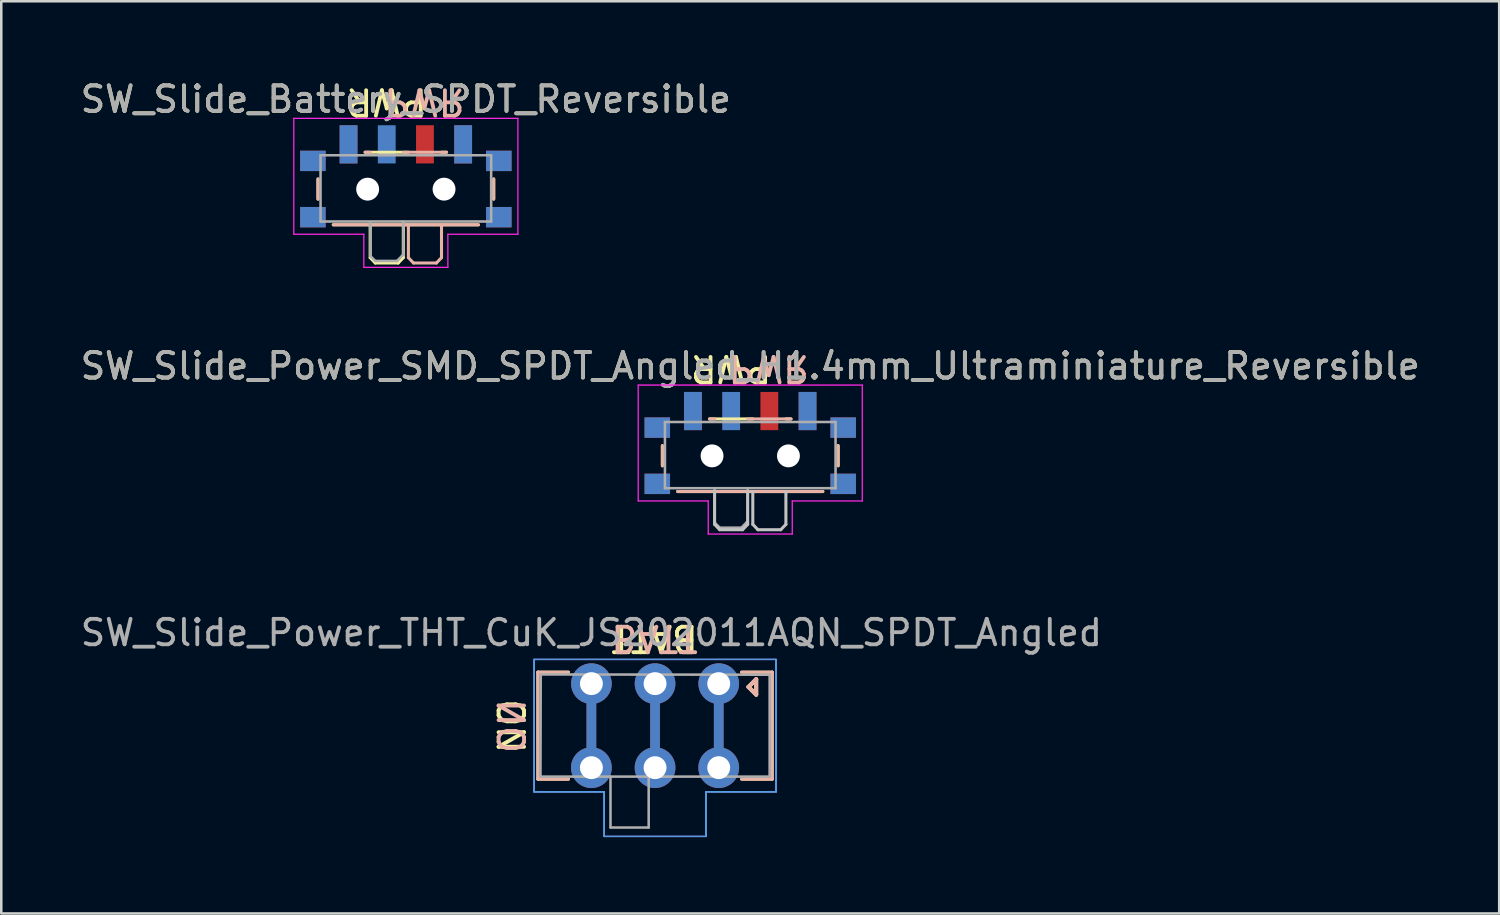
<source format=kicad_pcb>
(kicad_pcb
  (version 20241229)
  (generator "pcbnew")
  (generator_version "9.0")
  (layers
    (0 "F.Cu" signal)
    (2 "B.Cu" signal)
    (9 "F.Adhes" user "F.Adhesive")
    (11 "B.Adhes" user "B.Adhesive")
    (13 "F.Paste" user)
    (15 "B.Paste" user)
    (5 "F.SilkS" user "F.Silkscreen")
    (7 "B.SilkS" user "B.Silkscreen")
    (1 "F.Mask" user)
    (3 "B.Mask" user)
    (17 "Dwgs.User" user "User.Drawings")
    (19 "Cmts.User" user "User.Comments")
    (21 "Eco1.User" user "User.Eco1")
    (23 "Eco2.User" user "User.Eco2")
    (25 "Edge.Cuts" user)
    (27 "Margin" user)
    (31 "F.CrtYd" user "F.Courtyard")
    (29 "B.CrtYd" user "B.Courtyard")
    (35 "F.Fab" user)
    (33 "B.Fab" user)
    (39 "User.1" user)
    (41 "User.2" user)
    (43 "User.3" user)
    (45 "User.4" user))
  (footprint "SW_Slide_Power_THT_CuK_JS202011AQN_SPDT_Angled"
    (layer "F.Cu")
    (at 20.173 23.795)
    (property "Reference" "SW_Slide_Power_THT_CuK_JS202011AQN_SPDT_Angled" (at 0 -2 0) (layer "F.Fab") (effects (font (size 1 1) (thickness 0.15))))
    (attr through_hole)
    (fp_line (start -2.1 -0.45) (end -2.1 3.75) (stroke (width 0.12) (type solid)) (layer "F.SilkS"))
    (fp_line (start -2.1 3.75) (end -0.9 3.75) (stroke (width 0.12) (type solid)) (layer "F.SilkS"))
    (fp_line (start -0.9 -0.45) (end -2.1 -0.45) (stroke (width 0.12) (type solid)) (layer "F.SilkS"))
    (fp_line (start 5.9 -0.45) (end 7.1 -0.45) (stroke (width 0.12) (type solid)) (layer "F.SilkS"))
    (fp_line (start 6.17 0.13) (end 6.47 -0.17) (stroke (width 0.16) (type solid)) (layer "F.SilkS"))
    (fp_line (start 6.47 -0.17) (end 6.47 0.43) (stroke (width 0.16) (type solid)) (layer "F.SilkS"))
    (fp_line (start 6.47 0.43) (end 6.17 0.13) (stroke (width 0.16) (type solid)) (layer "F.SilkS"))
    (fp_line (start 7.1 -0.45) (end 7.1 3.75) (stroke (width 0.12) (type solid)) (layer "F.SilkS"))
    (fp_line (start 7.1 3.75) (end 5.9 3.75) (stroke (width 0.12) (type solid)) (layer "F.SilkS"))
    (fp_line (start -2.1 -0.45) (end -2.1 3.75) (stroke (width 0.12) (type solid)) (layer "B.SilkS"))
    (fp_line (start -2.1 3.75) (end -0.9 3.75) (stroke (width 0.12) (type solid)) (layer "B.SilkS"))
    (fp_line (start -0.9 -0.45) (end -2.1 -0.45) (stroke (width 0.12) (type solid)) (layer "B.SilkS"))
    (fp_line (start 5.9 -0.45) (end 7.1 -0.45) (stroke (width 0.12) (type solid)) (layer "B.SilkS"))
    (fp_line (start 6.17 0.13) (end 6.47 0.43) (stroke (width 0.16) (type solid)) (layer "B.SilkS"))
    (fp_line (start 6.47 -0.17) (end 6.17 0.13) (stroke (width 0.16) (type solid)) (layer "B.SilkS"))
    (fp_line (start 6.47 0.43) (end 6.47 -0.17) (stroke (width 0.16) (type solid)) (layer "B.SilkS"))
    (fp_line (start 7.1 -0.45) (end 7.1 3.75) (stroke (width 0.12) (type solid)) (layer "B.SilkS"))
    (fp_line (start 7.1 3.75) (end 5.9 3.75) (stroke (width 0.12) (type solid)) (layer "B.SilkS"))
    (fp_line (start -2.25 -0.95) (end 7.25 -0.95) (stroke (width 0.05) (type solid)) (layer "Cmts.User"))
    (fp_line (start -2.25 4.25) (end -2.25 -0.95) (stroke (width 0.05) (type solid)) (layer "Cmts.User"))
    (fp_line (start 0.5 4.25) (end -2.25 4.25) (stroke (width 0.05) (type solid)) (layer "Cmts.User"))
    (fp_line (start 0.5 4.25) (end 0.5 6) (stroke (width 0.05) (type solid)) (layer "Cmts.User"))
    (fp_line (start 4.5 6) (end 0.5 6) (stroke (width 0.05) (type solid)) (layer "Cmts.User"))
    (fp_line (start 4.5 6) (end 4.5 4.25) (stroke (width 0.05) (type solid)) (layer "Cmts.User"))
    (fp_line (start 7.25 -0.95) (end 7.25 4.25) (stroke (width 0.05) (type solid)) (layer "Cmts.User"))
    (fp_line (start 7.25 4.25) (end 4.5 4.25) (stroke (width 0.05) (type solid)) (layer "Cmts.User"))
    (fp_line (start -2.25 -0.95) (end -2.25 4.25) (stroke (width 0.05) (type solid)) (layer "B.CrtYd"))
    (fp_line (start -2.25 4.25) (end 0.5 4.25) (stroke (width 0.05) (type solid)) (layer "B.CrtYd"))
    (fp_line (start 0.5 6) (end 0.5 4.25) (stroke (width 0.05) (type solid)) (layer "B.CrtYd"))
    (fp_line (start 0.5 6) (end 4.5 6) (stroke (width 0.05) (type solid)) (layer "B.CrtYd"))
    (fp_line (start 4.5 4.25) (end 4.5 6) (stroke (width 0.05) (type solid)) (layer "B.CrtYd"))
    (fp_line (start 4.5 4.25) (end 7.25 4.25) (stroke (width 0.05) (type solid)) (layer "B.CrtYd"))
    (fp_line (start 7.25 -0.95) (end -2.25 -0.95) (stroke (width 0.05) (type solid)) (layer "B.CrtYd"))
    (fp_line (start 7.25 4.25) (end 7.25 -0.95) (stroke (width 0.05) (type solid)) (layer "B.CrtYd"))
    (fp_line (start -2.25 -0.95) (end 7.25 -0.95) (stroke (width 0.05) (type solid)) (layer "F.CrtYd"))
    (fp_line (start -2.25 4.25) (end -2.25 -0.95) (stroke (width 0.05) (type solid)) (layer "F.CrtYd"))
    (fp_line (start 0.5 4.25) (end -2.25 4.25) (stroke (width 0.05) (type solid)) (layer "F.CrtYd"))
    (fp_line (start 0.5 4.25) (end 0.5 6) (stroke (width 0.05) (type solid)) (layer "F.CrtYd"))
    (fp_line (start 4.5 6) (end 0.5 6) (stroke (width 0.05) (type solid)) (layer "F.CrtYd"))
    (fp_line (start 4.5 6) (end 4.5 4.25) (stroke (width 0.05) (type solid)) (layer "F.CrtYd"))
    (fp_line (start 7.25 -0.95) (end 7.25 4.25) (stroke (width 0.05) (type solid)) (layer "F.CrtYd"))
    (fp_line (start 7.25 4.25) (end 4.5 4.25) (stroke (width 0.05) (type solid)) (layer "F.CrtYd"))
    (fp_line (start -2 3.65) (end -1.99 -0.36) (stroke (width 0.1) (type solid)) (layer "F.Fab"))
    (fp_line (start -1.99 -0.36) (end 7 -0.35) (stroke (width 0.1) (type solid)) (layer "F.Fab"))
    (fp_line (start 0.75 3.65) (end 0.75 5.65) (stroke (width 0.1) (type solid)) (layer "F.Fab"))
    (fp_line (start 0.75 5.65) (end 2.25 5.65) (stroke (width 0.1) (type solid)) (layer "F.Fab"))
    (fp_line (start 2.25 5.65) (end 2.25 3.65) (stroke (width 0.1) (type solid)) (layer "F.Fab"))
    (fp_line (start 7 -0.35) (end 7 3.65) (stroke (width 0.1) (type solid)) (layer "F.Fab"))
    (fp_line (start 7 3.65) (end -2 3.65) (stroke (width 0.1) (type solid)) (layer "F.Fab"))
    (fp_text user "ON" (at -3.19 1.67 270) (unlocked yes) (layer "F.SilkS") (effects (font (size 1 1) (thickness 0.153))))
    (fp_text user "BATT" (at 2.48 -1.78 180) (unlocked yes) (layer "F.SilkS") (effects (font (size 1 1) (thickness 0.153))))
    (fp_text user "ON" (at -3.19 1.67 270) (unlocked yes) (layer "B.SilkS") (effects (font (size 1 1) (thickness 0.153)) (justify mirror)))
    (fp_text user "BATT" (at 2.48 -1.78 180) (unlocked yes) (layer "B.SilkS") (effects (font (size 1 1) (thickness 0.153)) (justify mirror)))
    (pad "1" thru_hole custom (at 5 0 180) (size 1.6 1.6) (drill 0.9) (layers "*.Cu" "*.Mask") (options (anchor circle)) (primitives (gr_line (start 0 0) (end 0 -3.3) (width 0.381))))
    (pad "1" thru_hole circle (at 5 3.3) (size 1.6 1.6) (drill 0.9) (layers "*.Cu" "*.Mask"))
    (pad "2" thru_hole custom (at 2.5 0 180) (size 1.6 1.6) (drill 0.9) (layers "*.Cu" "*.Mask") (options (anchor circle)) (primitives (gr_line (start 0 0) (end 0 -3.3) (width 0.381))))
    (pad "2" thru_hole circle (at 2.5 3.3) (size 1.6 1.6) (drill 0.9) (layers "*.Cu" "*.Mask"))
    (pad "3" thru_hole custom (at 0 0 180) (size 1.6 1.6) (drill 0.9) (layers "*.Cu" "*.Mask") (options (anchor circle)) (primitives (gr_line (start 0 0) (end 0 -3.3) (width 0.381))))
    (pad "3" thru_hole circle (at 0 3.3) (size 1.6 1.6) (drill 0.9) (layers "*.Cu" "*.Mask")))
  (footprint "SW_Slide_Battery_SPDT_Reversible"
    (layer "F.Cu")
    (at 12.887 4.048)
    (property "Reference" "SW_Slide_Battery_SPDT_Reversible" (at 0 -3.2 0) (layer "F.SilkS") (effects (font (size 1 1) (thickness 0.15))))
    (attr smd)
    (fp_line (start -3.45 -0.07) (end -3.45 0.72) (stroke (width 0.12) (type solid)) (layer "F.SilkS"))
    (fp_line (start -2.85 1.73) (end 2.85 1.73) (stroke (width 0.12) (type solid)) (layer "F.SilkS"))
    (fp_line (start -1.6 -1.12) (end 0.1 -1.12) (stroke (width 0.12) (type solid)) (layer "F.SilkS"))
    (fp_line (start -1.4 1.73) (end -1.4 3.02) (stroke (width 0.12) (type solid)) (layer "F.SilkS"))
    (fp_line (start -1.4 3.02) (end -1.2 3.23) (stroke (width 0.12) (type solid)) (layer "F.SilkS"))
    (fp_line (start -1.2 3.23) (end -0.3 3.23) (stroke (width 0.12) (type solid)) (layer "F.SilkS"))
    (fp_line (start -0.1 3.02) (end -0.3 3.23) (stroke (width 0.12) (type solid)) (layer "F.SilkS"))
    (fp_line (start -0.1 3.02) (end -0.1 1.73) (stroke (width 0.12) (type solid)) (layer "F.SilkS"))
    (fp_line (start 1.4 -1.12) (end 1.6 -1.12) (stroke (width 0.12) (type solid)) (layer "F.SilkS"))
    (fp_line (start 3.45 0.72) (end 3.45 -0.07) (stroke (width 0.12) (type solid)) (layer "F.SilkS"))
    (fp_line (start -3.45 0.72) (end -3.45 -0.07) (stroke (width 0.12) (type solid)) (layer "B.SilkS"))
    (fp_line (start -1.4 -1.12) (end -1.6 -1.12) (stroke (width 0.12) (type solid)) (layer "B.SilkS"))
    (fp_line (start 0.1 3.02) (end 0.1 1.73) (stroke (width 0.12) (type solid)) (layer "B.SilkS"))
    (fp_line (start 0.1 3.02) (end 0.3 3.23) (stroke (width 0.12) (type solid)) (layer "B.SilkS"))
    (fp_line (start 1.2 3.23) (end 0.3 3.23) (stroke (width 0.12) (type solid)) (layer "B.SilkS"))
    (fp_line (start 1.4 1.73) (end 1.4 3.02) (stroke (width 0.12) (type solid)) (layer "B.SilkS"))
    (fp_line (start 1.4 3.02) (end 1.2 3.23) (stroke (width 0.12) (type solid)) (layer "B.SilkS"))
    (fp_line (start 1.6 -1.12) (end -0.1 -1.12) (stroke (width 0.12) (type solid)) (layer "B.SilkS"))
    (fp_line (start 2.85 1.73) (end -2.85 1.73) (stroke (width 0.12) (type solid)) (layer "B.SilkS"))
    (fp_line (start 3.45 -0.07) (end 3.45 0.72) (stroke (width 0.12) (type solid)) (layer "B.SilkS"))
    (fp_line (start -4.4 -2.45) (end 4.4 -2.45) (stroke (width 0.05) (type solid)) (layer "F.CrtYd"))
    (fp_line (start -4.4 2.1) (end -4.4 -2.45) (stroke (width 0.05) (type solid)) (layer "F.CrtYd"))
    (fp_line (start -1.65 2.1) (end -4.4 2.1) (stroke (width 0.05) (type solid)) (layer "F.CrtYd"))
    (fp_line (start -1.65 3.4) (end -1.65 2.1) (stroke (width 0.05) (type solid)) (layer "F.CrtYd"))
    (fp_line (start 1.65 2.1) (end 1.65 3.4) (stroke (width 0.05) (type solid)) (layer "F.CrtYd"))
    (fp_line (start 1.65 3.4) (end -1.65 3.4) (stroke (width 0.05) (type solid)) (layer "F.CrtYd"))
    (fp_line (start 4.4 -2.45) (end 4.4 2.1) (stroke (width 0.05) (type solid)) (layer "F.CrtYd"))
    (fp_line (start 4.4 2.1) (end 1.65 2.1) (stroke (width 0.05) (type solid)) (layer "F.CrtYd"))
    (fp_line (start -3.35 -1) (end -3.35 1.6) (stroke (width 0.1) (type solid)) (layer "F.Fab"))
    (fp_line (start -3.35 1.6) (end 3.35 1.6) (stroke (width 0.1) (type solid)) (layer "F.Fab"))
    (fp_line (start -1.4 1.65) (end -1.4 2.95) (stroke (width 0.1) (type solid)) (layer "F.Fab"))
    (fp_line (start -1.4 2.95) (end -1.2 3.15) (stroke (width 0.1) (type solid)) (layer "F.Fab"))
    (fp_line (start -1.2 3.15) (end -0.35 3.15) (stroke (width 0.1) (type solid)) (layer "F.Fab"))
    (fp_line (start -0.35 3.15) (end -0.15 2.95) (stroke (width 0.1) (type solid)) (layer "F.Fab"))
    (fp_line (start -0.15 2.95) (end -0.1 2.9) (stroke (width 0.1) (type solid)) (layer "F.Fab"))
    (fp_line (start -0.1 2.9) (end -0.1 1.6) (stroke (width 0.1) (type solid)) (layer "F.Fab"))
    (fp_line (start 3.35 -1) (end -3.35 -1) (stroke (width 0.1) (type solid)) (layer "F.Fab"))
    (fp_line (start 3.35 1.6) (end 3.35 -1) (stroke (width 0.1) (type solid)) (layer "F.Fab"))
    (fp_text user "PWR" (at -0.75 -3.1 180) (unlocked yes) (layer "F.SilkS") (effects (font (size 1 1) (thickness 0.15))))
    (fp_text user "PWR" (at 0.725 -3.1 180) (unlocked yes) (layer "B.SilkS") (effects (font (size 1 1) (thickness 0.15)) (justify mirror)))
    (fp_text user "${REFERENCE}" (at 0 -3.2 0) (layer "F.Fab") (effects (font (size 1 1) (thickness 0.15))))
    (pad "" smd rect (at -3.65 -0.78) (size 1 0.8) (layers "F.Cu" "F.Mask" "F.Paste"))
    (pad "" smd rect (at -3.65 -0.78) (size 1 0.8) (layers "B.Cu" "B.Mask" "B.Paste"))
    (pad "" smd rect (at -3.65 1.43) (size 1 0.8) (layers "F.Cu" "F.Mask" "F.Paste"))
    (pad "" smd rect (at -3.65 1.43) (size 1 0.8) (layers "B.Cu" "B.Mask" "B.Paste"))
    (pad "" np_thru_hole circle (at -1.5 0.33) (size 0.9 0.9) (drill 0.9) (layers "*.Cu" "*.Mask"))
    (pad "" np_thru_hole circle (at 1.5 0.33) (size 0.9 0.9) (drill 0.9) (layers "*.Cu" "*.Mask"))
    (pad "" smd rect (at 3.65 -0.78) (size 1 0.8) (layers "F.Cu" "F.Mask" "F.Paste"))
    (pad "" smd rect (at 3.65 -0.78) (size 1 0.8) (layers "B.Cu" "B.Mask" "B.Paste"))
    (pad "" smd rect (at 3.65 1.43) (size 1 0.8) (layers "F.Cu" "F.Mask" "F.Paste"))
    (pad "" smd rect (at 3.65 1.43) (size 1 0.8) (layers "B.Cu" "B.Mask" "B.Paste"))
    (pad "1" smd rect (at -2.25 -1.43) (size 0.7 1.5) (layers "F.Cu" "F.Mask" "F.Paste"))
    (pad "1" smd rect (at 2.25 -1.43) (size 0.7 1.5) (layers "B.Cu" "B.Mask" "B.Paste"))
    (pad "2" smd rect (at -0.75 -1.43) (size 0.7 1.5) (layers "B.Cu" "B.Mask" "B.Paste"))
    (pad "2" smd rect (at 0.75 -1.43) (size 0.7 1.5) (layers "F.Cu" "F.Mask" "F.Paste"))
    (pad "3" smd rect (at -2.25 -1.43) (size 0.7 1.5) (layers "B.Cu" "B.Mask" "B.Paste"))
    (pad "3" smd rect (at 2.25 -1.43) (size 0.7 1.5) (layers "F.Cu" "F.Mask" "F.Paste")))
  (footprint "SW_Slide_Power_SMD_SPDT_Angled_H1.4mm_Ultraminiature_Reversible"
    (layer "F.Cu")
    (at 26.411 14.521)
    (property "Reference" "SW_Slide_Power_SMD_SPDT_Angled_H1.4mm_Ultraminiature_Reversible" (at 0 -3.2 0) (layer "F.SilkS") (effects (font (size 1 1) (thickness 0.15))))
    (attr smd)
    (fp_line (start -3.45 -0.07) (end -3.45 0.72) (stroke (width 0.12) (type solid)) (layer "F.SilkS"))
    (fp_line (start -2.85 1.73) (end 2.85 1.73) (stroke (width 0.12) (type solid)) (layer "F.SilkS"))
    (fp_line (start -1.6 -1.12) (end 0.1 -1.12) (stroke (width 0.12) (type solid)) (layer "F.SilkS"))
    (fp_line (start 1.4 -1.12) (end 1.6 -1.12) (stroke (width 0.12) (type solid)) (layer "F.SilkS"))
    (fp_line (start 3.45 0.72) (end 3.45 -0.07) (stroke (width 0.12) (type solid)) (layer "F.SilkS"))
    (fp_line (start -3.45 0.72) (end -3.45 -0.07) (stroke (width 0.12) (type solid)) (layer "B.SilkS"))
    (fp_line (start -1.4 -1.12) (end -1.6 -1.12) (stroke (width 0.12) (type solid)) (layer "B.SilkS"))
    (fp_line (start 1.6 -1.12) (end -0.1 -1.12) (stroke (width 0.12) (type solid)) (layer "B.SilkS"))
    (fp_line (start 2.85 1.73) (end -2.85 1.73) (stroke (width 0.12) (type solid)) (layer "B.SilkS"))
    (fp_line (start 3.45 -0.07) (end 3.45 0.72) (stroke (width 0.12) (type solid)) (layer "B.SilkS"))
    (fp_line (start -1.4 1.73) (end -1.4 3.02) (stroke (width 0.12) (type solid)) (layer "Dwgs.User"))
    (fp_line (start -1.4 3.02) (end -1.2 3.23) (stroke (width 0.12) (type solid)) (layer "Dwgs.User"))
    (fp_line (start -1.2 3.23) (end -0.3 3.23) (stroke (width 0.12) (type solid)) (layer "Dwgs.User"))
    (fp_line (start -0.1 3.02) (end -0.3 3.23) (stroke (width 0.12) (type solid)) (layer "Dwgs.User"))
    (fp_line (start -0.1 3.02) (end -0.1 1.73) (stroke (width 0.12) (type solid)) (layer "Dwgs.User"))
    (fp_line (start 0.1 3.02) (end 0.1 1.73) (stroke (width 0.12) (type solid)) (layer "Dwgs.User"))
    (fp_line (start 0.1 3.02) (end 0.3 3.23) (stroke (width 0.12) (type solid)) (layer "Dwgs.User"))
    (fp_line (start 1.2 3.23) (end 0.3 3.23) (stroke (width 0.12) (type solid)) (layer "Dwgs.User"))
    (fp_line (start 1.4 1.73) (end 1.4 3.02) (stroke (width 0.12) (type solid)) (layer "Dwgs.User"))
    (fp_line (start 1.4 3.02) (end 1.2 3.23) (stroke (width 0.12) (type solid)) (layer "Dwgs.User"))
    (fp_line (start -4.4 -2.45) (end 4.4 -2.45) (stroke (width 0.05) (type solid)) (layer "F.CrtYd"))
    (fp_line (start -4.4 2.1) (end -4.4 -2.45) (stroke (width 0.05) (type solid)) (layer "F.CrtYd"))
    (fp_line (start -1.65 2.1) (end -4.4 2.1) (stroke (width 0.05) (type solid)) (layer "F.CrtYd"))
    (fp_line (start -1.65 3.4) (end -1.65 2.1) (stroke (width 0.05) (type solid)) (layer "F.CrtYd"))
    (fp_line (start 1.65 2.1) (end 1.65 3.4) (stroke (width 0.05) (type solid)) (layer "F.CrtYd"))
    (fp_line (start 1.65 3.4) (end -1.65 3.4) (stroke (width 0.05) (type solid)) (layer "F.CrtYd"))
    (fp_line (start 4.4 -2.45) (end 4.4 2.1) (stroke (width 0.05) (type solid)) (layer "F.CrtYd"))
    (fp_line (start 4.4 2.1) (end 1.65 2.1) (stroke (width 0.05) (type solid)) (layer "F.CrtYd"))
    (fp_line (start -3.35 -1) (end -3.35 1.6) (stroke (width 0.1) (type solid)) (layer "F.Fab"))
    (fp_line (start -3.35 1.6) (end 3.35 1.6) (stroke (width 0.1) (type solid)) (layer "F.Fab"))
    (fp_line (start -1.4 1.65) (end -1.4 2.95) (stroke (width 0.1) (type solid)) (layer "F.Fab"))
    (fp_line (start -1.4 2.95) (end -1.2 3.15) (stroke (width 0.1) (type solid)) (layer "F.Fab"))
    (fp_line (start -1.2 3.15) (end -0.35 3.15) (stroke (width 0.1) (type solid)) (layer "F.Fab"))
    (fp_line (start -0.35 3.15) (end -0.15 2.95) (stroke (width 0.1) (type solid)) (layer "F.Fab"))
    (fp_line (start -0.15 2.95) (end -0.1 2.9) (stroke (width 0.1) (type solid)) (layer "F.Fab"))
    (fp_line (start -0.1 2.9) (end -0.1 1.6) (stroke (width 0.1) (type solid)) (layer "F.Fab"))
    (fp_line (start 3.35 -1) (end -3.35 -1) (stroke (width 0.1) (type solid)) (layer "F.Fab"))
    (fp_line (start 3.35 1.6) (end 3.35 -1) (stroke (width 0.1) (type solid)) (layer "F.Fab"))
    (fp_text user "PWR" (at -0.75 -3.1 180) (unlocked yes) (layer "F.SilkS") (effects (font (size 1 1) (thickness 0.15))))
    (fp_text user "PWR" (at 0.725 -3.1 180) (unlocked yes) (layer "B.SilkS") (effects (font (size 1 1) (thickness 0.15)) (justify mirror)))
    (fp_text user "${REFERENCE}" (at 0 -3.2 0) (layer "F.Fab") (effects (font (size 1 1) (thickness 0.15))))
    (pad "" smd rect (at -3.65 -0.78) (size 1 0.8) (layers "F.Cu" "F.Mask" "F.Paste"))
    (pad "" smd rect (at -3.65 -0.78) (size 1 0.8) (layers "B.Cu" "B.Mask" "B.Paste"))
    (pad "" smd rect (at -3.65 1.43) (size 1 0.8) (layers "F.Cu" "F.Mask" "F.Paste"))
    (pad "" smd rect (at -3.65 1.43) (size 1 0.8) (layers "B.Cu" "B.Mask" "B.Paste"))
    (pad "" np_thru_hole circle (at -1.5 0.33) (size 0.9 0.9) (drill 0.9) (layers "*.Cu" "*.Mask"))
    (pad "" np_thru_hole circle (at 1.5 0.33) (size 0.9 0.9) (drill 0.9) (layers "*.Cu" "*.Mask"))
    (pad "" smd rect (at 3.65 -0.78) (size 1 0.8) (layers "F.Cu" "F.Mask" "F.Paste"))
    (pad "" smd rect (at 3.65 -0.78) (size 1 0.8) (layers "B.Cu" "B.Mask" "B.Paste"))
    (pad "" smd rect (at 3.65 1.43) (size 1 0.8) (layers "F.Cu" "F.Mask" "F.Paste"))
    (pad "" smd rect (at 3.65 1.43) (size 1 0.8) (layers "B.Cu" "B.Mask" "B.Paste"))
    (pad "1" smd rect (at -2.25 -1.43) (size 0.7 1.5) (layers "F.Cu" "F.Mask" "F.Paste"))
    (pad "1" smd rect (at 2.25 -1.43) (size 0.7 1.5) (layers "B.Cu" "B.Mask" "B.Paste"))
    (pad "2" smd rect (at -0.75 -1.43) (size 0.7 1.5) (layers "B.Cu" "B.Mask" "B.Paste"))
    (pad "2" smd rect (at 0.75 -1.43) (size 0.7 1.5) (layers "F.Cu" "F.Mask" "F.Paste"))
    (pad "3" smd rect (at -2.25 -1.43) (size 0.7 1.5) (layers "B.Cu" "B.Mask" "B.Paste"))
    (pad "3" smd rect (at 2.25 -1.43) (size 0.7 1.5) (layers "F.Cu" "F.Mask" "F.Paste")))
  (gr_rect
    (start -3 -3)
    (end 55.821 32.82)
    (stroke (width 0.1) (type default))
    (fill no)
    (layer "Edge.Cuts")))
</source>
